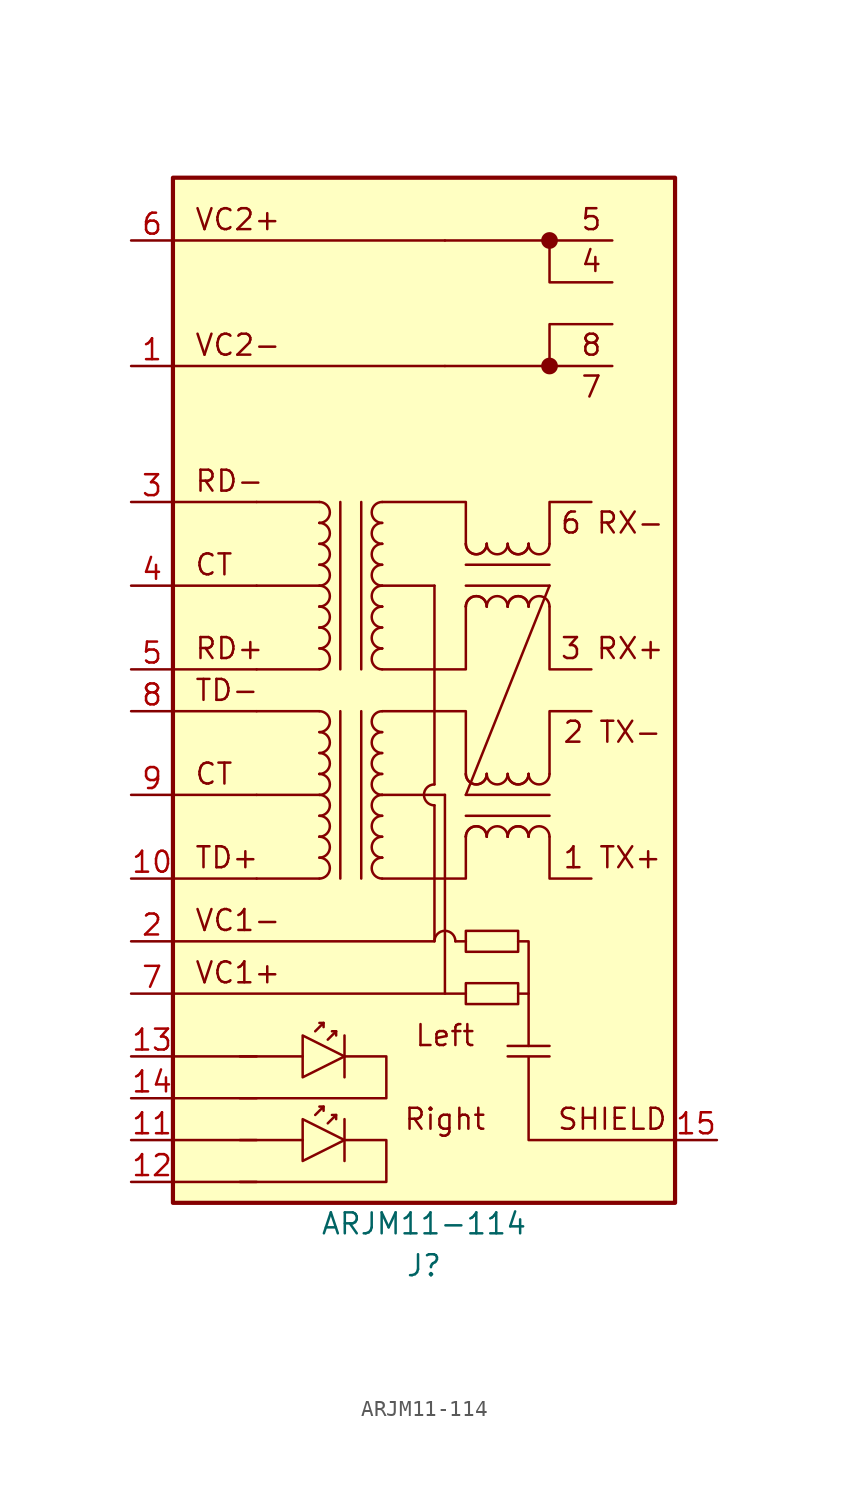
<source format=kicad_sym>
(kicad_symbol_lib
  (version 20220914)
  (generator kicad_symbol_editor)
  (symbol "ARJM11-114"
    (pin_names
      (offset 1.016) hide)
    (property "Reference" "J"
      (at 0 -37.465 0)
      (effects (font (size 1.27 1.27))))
    (property "Value" "ARJM11-114"
      (at 0 -34.925 0)
      (effects (font (size 1.27 1.27))))
    (symbol "ARJM11-114_0_0"
      (rectangle (start -15.24 28.575) (end 15.24 -33.655) (stroke (width 0.254) (type default)) (fill (type background)))
      (polyline (pts (xy -15.24 -32.385) (xy -10.16 -32.385)) (stroke (width 0) (type default)) (fill (type none)))
      (polyline (pts (xy -15.24 -29.845) (xy -10.16 -29.845)) (stroke (width 0) (type default)) (fill (type none)))
      (polyline (pts (xy -15.24 -27.305) (xy -10.16 -27.305)) (stroke (width 0) (type default)) (fill (type none)))
      (polyline (pts (xy -15.24 -24.765) (xy -10.16 -24.765)) (stroke (width 0) (type default)) (fill (type none)))
      (polyline (pts (xy -15.24 -13.97) (xy -10.16 -13.97)) (stroke (width 0) (type default)) (fill (type none)))
      (polyline (pts (xy -15.24 -8.89) (xy -10.16 -8.89)) (stroke (width 0) (type default)) (fill (type none)))
      (polyline (pts (xy -15.24 -3.81) (xy -10.16 -3.81)) (stroke (width 0) (type default)) (fill (type none)))
      (polyline (pts (xy -15.24 -1.27) (xy -10.16 -1.27)) (stroke (width 0) (type default)) (fill (type none)))
      (polyline (pts (xy -15.24 3.81) (xy -10.16 3.81)) (stroke (width 0) (type default)) (fill (type none)))
      (polyline (pts (xy -15.24 8.89) (xy -10.16 8.89)) (stroke (width 0) (type default)) (fill (type none)))
      (polyline (pts (xy -11.176 -24.765) (xy -7.366 -24.765)) (stroke (width 0) (type default)) (fill (type none)))
      (polyline (pts (xy 0.635 -8.255) (xy 0.635 3.81)) (stroke (width 0) (type default)) (fill (type none)))
      (polyline (pts (xy -2.54 3.81) (xy 0.635 3.81) (xy 0.635 3.81)) (stroke (width 0) (type default)) (fill (type none)))
      (polyline (pts (xy 7.62 17.145) (xy 7.62 19.685) (xy 11.43 19.685)) (stroke (width 0) (type default)) (fill (type none)))
      (polyline (pts (xy 7.62 24.765) (xy 7.62 22.225) (xy 11.43 22.225)) (stroke (width 0) (type default)) (fill (type none)))
      (polyline (pts (xy -15.24 -20.955) (xy 0.635 -20.955) (xy 1.27 -20.955) (xy 1.27 -8.89)) (stroke (width 0) (type default)) (fill (type none)))
      (polyline (pts (xy -15.24 -17.78) (xy 0 -17.78) (xy 0.635 -17.78) (xy 0.635 -9.525)) (stroke (width 0) (type default)) (fill (type none)))
      (polyline (pts (xy -4.826 -24.765) (xy -2.286 -24.765) (xy -2.286 -27.305) (xy -11.176 -27.305)) (stroke (width 0) (type default)) (fill (type none)))
      (polyline (pts (xy -2.54 -8.89) (xy -1.27 -8.89) (xy 1.27 -8.89) (xy 1.27 -8.89)) (stroke (width 0) (type default)) (fill (type none)))
      (text "1 TX+" (at 11.43 -12.7 0) (effects (font (size 1.27 1.27))))
      (text "2 TX-" (at 11.43 -5.08 0) (effects (font (size 1.27 1.27))))
      (text "3 RX+" (at 11.43 0 0) (effects (font (size 1.27 1.27))))
      (text "4" (at 10.16 23.495 0) (effects (font (size 1.27 1.27))))
      (text "5" (at 10.16 26.035 0) (effects (font (size 1.27 1.27))))
      (text "6 RX-" (at 11.43 7.62 0) (effects (font (size 1.27 1.27))))
      (text "7" (at 10.16 15.875 0) (effects (font (size 1.27 1.27))))
      (text "8" (at 10.16 18.415 0) (effects (font (size 1.27 1.27))))
      (text "CT" (at -13.97 5.08 0) (effects (font (size 1.27 1.27)) (justify left)))
      (text "Left" (at 1.27 -23.495 0) (effects (font (size 1.27 1.27))))
      (text "RD-" (at -13.97 10.16 0) (effects (font (size 1.27 1.27)) (justify left)))
      (text "SHIELD" (at 11.43 -28.575 0) (effects (font (size 1.27 1.27))))
      (text "VC1+" (at -13.97 -19.685 0) (effects (font (size 1.27 1.27)) (justify left)))
      (text "VC1-" (at -13.97 -16.51 0) (effects (font (size 1.27 1.27)) (justify left)))
      (text "VC2+" (at -13.97 26.035 0) (effects (font (size 1.27 1.27)) (justify left)))
      (text "VC2-" (at -13.97 18.415 0) (effects (font (size 1.27 1.27)) (justify left))))
    (symbol "ARJM11-114_0_1"
      (arc (start -6.35 -10.16) (mid -5.7177 -9.525) (end -6.35 -8.89) (stroke (width 0) (type default)) (fill (type none)))
      (arc (start -6.35 -8.89) (mid -5.7177 -8.255) (end -6.35 -7.62) (stroke (width 0) (type default)) (fill (type none)))
      (arc (start -6.35 -7.62) (mid -6.35 -7.62) (end -6.35 -7.62) (stroke (width 0) (type default)) (fill (type none)))
      (arc (start -6.35 -5.08) (mid -5.7177 -4.445) (end -6.35 -3.81) (stroke (width 0) (type default)) (fill (type none)))
      (polyline (pts (xy -15.24 17.145) (xy 1.27 17.145)) (stroke (width 0) (type default)) (fill (type none)))
      (polyline (pts (xy -15.24 24.765) (xy 1.27 24.765)) (stroke (width 0) (type default)) (fill (type none)))
      (polyline (pts (xy -6.35 -13.97) (xy -10.16 -13.97)) (stroke (width 0) (type default)) (fill (type none)))
      (polyline (pts (xy -6.35 -8.89) (xy -10.16 -8.89)) (stroke (width 0) (type default)) (fill (type none)))
      (polyline (pts (xy -6.35 -3.81) (xy -10.16 -3.81)) (stroke (width 0) (type default)) (fill (type none)))
      (polyline (pts (xy -6.35 -1.27) (xy -10.16 -1.27)) (stroke (width 0) (type default)) (fill (type none)))
      (polyline (pts (xy -6.35 3.81) (xy -10.16 3.81)) (stroke (width 0) (type default)) (fill (type none)))
      (polyline (pts (xy -6.35 8.89) (xy -10.16 8.89)) (stroke (width 0) (type default)) (fill (type none)))
      (polyline (pts (xy -6.096 -27.813) (xy -6.35 -27.813)) (stroke (width 0) (type default)) (fill (type none)))
      (polyline (pts (xy -5.334 -28.321) (xy -5.588 -28.321)) (stroke (width 0) (type default)) (fill (type none)))
      (polyline (pts (xy -4.826 -23.495) (xy -4.826 -26.035)) (stroke (width 0) (type default)) (fill (type none)))
      (polyline (pts (xy -6.604 -28.321) (xy -6.096 -27.813) (xy -6.096 -28.067)) (stroke (width 0) (type default)) (fill (type none)))
      (polyline (pts (xy -5.842 -28.829) (xy -5.334 -28.321) (xy -5.334 -28.575)) (stroke (width 0) (type default)) (fill (type none)))
      (polyline (pts (xy -7.366 -23.495) (xy -7.366 -26.035) (xy -4.826 -24.765) (xy -7.366 -23.495)) (stroke (width 0) (type default)) (fill (type none))))
    (symbol "ARJM11-114_1_1"
      (arc (start -6.35 -13.97) (mid -5.7177 -13.335) (end -6.35 -12.7) (stroke (width 0) (type default)) (fill (type none)))
      (arc (start -6.35 -12.7) (mid -5.7177 -12.065) (end -6.35 -11.43) (stroke (width 0) (type default)) (fill (type none)))
      (arc (start -6.35 -11.43) (mid -6.35 -11.43) (end -6.35 -11.43) (stroke (width 0) (type default)) (fill (type none)))
      (arc (start -6.35 -11.43) (mid -5.7177 -10.795) (end -6.35 -10.16) (stroke (width 0) (type default)) (fill (type none)))
      (arc (start -6.35 -7.62) (mid -5.7177 -6.985) (end -6.35 -6.35) (stroke (width 0) (type default)) (fill (type none)))
      (arc (start -6.35 -6.35) (mid -5.7177 -5.715) (end -6.35 -5.08) (stroke (width 0) (type default)) (fill (type none)))
      (arc (start -6.35 -1.27) (mid -5.7177 -0.635) (end -6.35 0) (stroke (width 0) (type default)) (fill (type none)))
      (arc (start -6.35 0) (mid -5.7177 0.635) (end -6.35 1.27) (stroke (width 0) (type default)) (fill (type none)))
      (arc (start -6.35 1.27) (mid -6.35 1.27) (end -6.35 1.27) (stroke (width 0) (type default)) (fill (type none)))
      (arc (start -6.35 1.27) (mid -5.7177 1.905) (end -6.35 2.54) (stroke (width 0) (type default)) (fill (type none)))
      (arc (start -6.35 2.54) (mid -6.35 2.54) (end -6.35 2.54) (stroke (width 0) (type default)) (fill (type none)))
      (arc (start -6.35 2.54) (mid -5.7177 3.175) (end -6.35 3.81) (stroke (width 0) (type default)) (fill (type none)))
      (arc (start -6.35 3.81) (mid -5.7177 4.445) (end -6.35 5.08) (stroke (width 0) (type default)) (fill (type none)))
      (arc (start -6.35 5.08) (mid -5.7177 5.715) (end -6.35 6.35) (stroke (width 0) (type default)) (fill (type none)))
      (arc (start -6.35 6.35) (mid -5.7177 6.985) (end -6.35 7.62) (stroke (width 0) (type default)) (fill (type none)))
      (arc (start -6.35 7.62) (mid -6.35 7.62) (end -6.35 7.62) (stroke (width 0) (type default)) (fill (type none)))
      (arc (start -6.35 7.62) (mid -5.7177 8.255) (end -6.35 8.89) (stroke (width 0) (type default)) (fill (type none)))
      (arc (start -2.54 -12.7) (mid -3.1723 -13.335) (end -2.54 -13.97) (stroke (width 0) (type default)) (fill (type none)))
      (arc (start -2.54 -12.7) (mid -2.54 -12.7) (end -2.54 -12.7) (stroke (width 0) (type default)) (fill (type none)))
      (arc (start -2.54 -11.43) (mid -3.1723 -12.065) (end -2.54 -12.7) (stroke (width 0) (type default)) (fill (type none)))
      (arc (start -2.54 -10.16) (mid -3.1723 -10.795) (end -2.54 -11.43) (stroke (width 0) (type default)) (fill (type none)))
      (arc (start -2.54 -8.89) (mid -3.1723 -9.525) (end -2.54 -10.16) (stroke (width 0) (type default)) (fill (type none)))
      (arc (start -2.54 -8.89) (mid -2.54 -8.89) (end -2.54 -8.89) (stroke (width 0) (type default)) (fill (type none)))
      (arc (start -2.54 -7.62) (mid -3.1723 -8.255) (end -2.54 -8.89) (stroke (width 0) (type default)) (fill (type none)))
      (arc (start -2.54 -6.35) (mid -3.1723 -6.985) (end -2.54 -7.62) (stroke (width 0) (type default)) (fill (type none)))
      (arc (start -2.54 -5.08) (mid -3.1723 -5.715) (end -2.54 -6.35) (stroke (width 0) (type default)) (fill (type none)))
      (arc (start -2.54 -3.81) (mid -3.1723 -4.445) (end -2.54 -5.08) (stroke (width 0) (type default)) (fill (type none)))
      (arc (start -2.54 0) (mid -3.1723 -0.635) (end -2.54 -1.27) (stroke (width 0) (type default)) (fill (type none)))
      (arc (start -2.54 0) (mid -2.54 0) (end -2.54 0) (stroke (width 0) (type default)) (fill (type none)))
      (arc (start -2.54 1.27) (mid -3.1723 0.635) (end -2.54 0) (stroke (width 0) (type default)) (fill (type none)))
      (arc (start -2.54 2.54) (mid -3.1723 1.905) (end -2.54 1.27) (stroke (width 0) (type default)) (fill (type none)))
      (arc (start -2.54 2.54) (mid -2.54 2.54) (end -2.54 2.54) (stroke (width 0) (type default)) (fill (type none)))
      (arc (start -2.54 3.81) (mid -3.1723 3.175) (end -2.54 2.54) (stroke (width 0) (type default)) (fill (type none)))
      (arc (start -2.54 5.08) (mid -3.1723 4.445) (end -2.54 3.81) (stroke (width 0) (type default)) (fill (type none)))
      (arc (start -2.54 6.35) (mid -3.1723 5.715) (end -2.54 5.08) (stroke (width 0) (type default)) (fill (type none)))
      (arc (start -2.54 6.35) (mid -2.54 6.35) (end -2.54 6.35) (stroke (width 0) (type default)) (fill (type none)))
      (arc (start -2.54 7.62) (mid -3.1723 6.985) (end -2.54 6.35) (stroke (width 0) (type default)) (fill (type none)))
      (arc (start -2.54 8.89) (mid -3.1723 8.255) (end -2.54 7.62) (stroke (width 0) (type default)) (fill (type none)))
      (polyline (pts (xy -11.176 -29.845) (xy -7.366 -29.845)) (stroke (width 0) (type default)) (fill (type none)))
      (polyline (pts (xy -6.096 -22.733) (xy -6.35 -22.733)) (stroke (width 0) (type default)) (fill (type none)))
      (polyline (pts (xy -5.334 -23.241) (xy -5.588 -23.241)) (stroke (width 0) (type default)) (fill (type none)))
      (polyline (pts (xy -5.08 -3.81) (xy -5.08 -13.97)) (stroke (width 0) (type default)) (fill (type none)))
      (polyline (pts (xy -5.08 8.89) (xy -5.08 -1.27)) (stroke (width 0) (type default)) (fill (type none)))
      (polyline (pts (xy -4.826 -28.575) (xy -4.826 -31.115)) (stroke (width 0) (type default)) (fill (type none)))
      (polyline (pts (xy -3.81 -13.97) (xy -3.81 -3.81)) (stroke (width 0) (type default)) (fill (type none)))
      (polyline (pts (xy -3.81 -1.27) (xy -3.81 8.89)) (stroke (width 0) (type default)) (fill (type none)))
      (polyline (pts (xy 1.27 -20.955) (xy 2.54 -20.955)) (stroke (width 0) (type default)) (fill (type none)))
      (polyline (pts (xy 1.905 -17.78) (xy 2.54 -17.78)) (stroke (width 0) (type default)) (fill (type none)))
      (polyline (pts (xy 2.54 -10.16) (xy 7.62 -10.16)) (stroke (width 0) (type default)) (fill (type none)))
      (polyline (pts (xy 2.54 -8.89) (xy 7.62 3.81)) (stroke (width 0) (type default)) (fill (type none)))
      (polyline (pts (xy 2.54 3.81) (xy 7.62 3.81)) (stroke (width 0) (type default)) (fill (type none)))
      (polyline (pts (xy 5.08 -24.13) (xy 7.62 -24.13)) (stroke (width 0) (type default)) (fill (type none)))
      (polyline (pts (xy 7.62 -8.89) (xy 2.54 -8.89)) (stroke (width 0) (type default)) (fill (type none)))
      (polyline (pts (xy 7.62 5.08) (xy 2.54 5.08)) (stroke (width 0) (type default)) (fill (type none)))
      (polyline (pts (xy 11.43 17.145) (xy 1.27 17.145)) (stroke (width 0) (type default)) (fill (type none)))
      (polyline (pts (xy 11.43 24.765) (xy 1.27 24.765)) (stroke (width 0) (type default)) (fill (type none)))
      (polyline (pts (xy -6.604 -23.241) (xy -6.096 -22.733) (xy -6.096 -22.987)) (stroke (width 0) (type default)) (fill (type none)))
      (polyline (pts (xy -5.842 -23.749) (xy -5.334 -23.241) (xy -5.334 -23.495)) (stroke (width 0) (type default)) (fill (type none)))
      (polyline (pts (xy -2.54 -3.81) (xy 2.54 -3.81) (xy 2.54 -7.62)) (stroke (width 0) (type default)) (fill (type none)))
      (polyline (pts (xy -2.54 -1.27) (xy 2.54 -1.27) (xy 2.54 2.54)) (stroke (width 0) (type default)) (fill (type none)))
      (polyline (pts (xy -2.54 8.89) (xy 2.54 8.89) (xy 2.54 6.35)) (stroke (width 0) (type default)) (fill (type none)))
      (polyline (pts (xy 2.54 -11.43) (xy 2.54 -13.97) (xy -2.54 -13.97)) (stroke (width 0) (type default)) (fill (type none)))
      (polyline (pts (xy 5.715 -20.955) (xy 6.35 -20.955) (xy 6.35 -24.13)) (stroke (width 0) (type default)) (fill (type none)))
      (polyline (pts (xy 6.35 -20.955) (xy 6.35 -17.78) (xy 5.715 -17.78)) (stroke (width 0) (type default)) (fill (type none)))
      (polyline (pts (xy 7.62 -11.43) (xy 7.62 -13.97) (xy 10.16 -13.97)) (stroke (width 0) (type default)) (fill (type none)))
      (polyline (pts (xy 7.62 -7.62) (xy 7.62 -3.81) (xy 10.16 -3.81)) (stroke (width 0) (type default)) (fill (type none)))
      (polyline (pts (xy 7.62 2.54) (xy 7.62 -1.27) (xy 10.16 -1.27)) (stroke (width 0) (type default)) (fill (type none)))
      (polyline (pts (xy 7.62 6.35) (xy 7.62 8.89) (xy 10.16 8.89)) (stroke (width 0) (type default)) (fill (type none)))
      (polyline (pts (xy -7.366 -28.575) (xy -7.366 -31.115) (xy -4.826 -29.845) (xy -7.366 -28.575)) (stroke (width 0) (type default)) (fill (type none)))
      (polyline (pts (xy -4.826 -29.845) (xy -2.286 -29.845) (xy -2.286 -32.385) (xy -11.176 -32.385)) (stroke (width 0) (type default)) (fill (type none)))
      (polyline (pts (xy 15.24 -29.845) (xy 6.35 -29.845) (xy 6.35 -24.765) (xy 5.08 -24.765) (xy 7.62 -24.765)) (stroke (width 0) (type default)) (fill (type none)))
      (arc (start 0.6323 -8.255) (mid 0 -8.89) (end 0.6323 -9.525) (stroke (width 0) (type default)) (fill (type none)))
      (arc (start 1.905 -17.7773) (mid 1.27 -17.145) (end 0.635 -17.7773) (stroke (width 0) (type default)) (fill (type none)))
      (rectangle (start 2.54 -20.32) (end 5.715 -21.59) (stroke (width 0) (type default)) (fill (type none)))
      (rectangle (start 2.54 -17.145) (end 5.715 -18.415) (stroke (width 0) (type default)) (fill (type none)))
      (arc (start 2.54 -11.43) (mid 2.54 -11.43) (end 2.54 -11.43) (stroke (width 0) (type default)) (fill (type none)))
      (arc (start 2.54 -7.62) (mid 3.175 -8.2523) (end 3.81 -7.62) (stroke (width 0) (type default)) (fill (type none)))
      (arc (start 2.54 -7.62) (mid 3.175 -8.2523) (end 3.81 -7.62) (stroke (width 0) (type default)) (fill (type none)))
      (arc (start 2.54 2.54) (mid 2.54 2.54) (end 2.54 2.54) (stroke (width 0) (type default)) (fill (type none)))
      (arc (start 2.54 6.35) (mid 3.175 5.7177) (end 3.81 6.35) (stroke (width 0) (type default)) (fill (type none)))
      (arc (start 2.54 6.35) (mid 3.175 5.7177) (end 3.81 6.35) (stroke (width 0) (type default)) (fill (type none)))
      (arc (start 3.81 -11.43) (mid 3.175 -10.7977) (end 2.54 -11.43) (stroke (width 0) (type default)) (fill (type none)))
      (arc (start 3.81 -11.43) (mid 3.175 -10.7977) (end 2.54 -11.43) (stroke (width 0) (type default)) (fill (type none)))
      (arc (start 3.81 -7.62) (mid 3.81 -7.62) (end 3.81 -7.62) (stroke (width 0) (type default)) (fill (type none)))
      (arc (start 3.81 -7.62) (mid 4.445 -8.2523) (end 5.08 -7.62) (stroke (width 0) (type default)) (fill (type none)))
      (arc (start 3.81 2.54) (mid 3.175 3.1723) (end 2.54 2.54) (stroke (width 0) (type default)) (fill (type none)))
      (arc (start 3.81 2.54) (mid 3.175 3.1723) (end 2.54 2.54) (stroke (width 0) (type default)) (fill (type none)))
      (arc (start 3.81 6.35) (mid 3.81 6.35) (end 3.81 6.35) (stroke (width 0) (type default)) (fill (type none)))
      (arc (start 3.81 6.35) (mid 4.445 5.7177) (end 5.08 6.35) (stroke (width 0) (type default)) (fill (type none)))
      (arc (start 5.08 -11.43) (mid 4.445 -10.7977) (end 3.81 -11.43) (stroke (width 0) (type default)) (fill (type none)))
      (arc (start 5.08 -11.43) (mid 5.08 -11.43) (end 5.08 -11.43) (stroke (width 0) (type default)) (fill (type none)))
      (arc (start 5.08 -7.62) (mid 5.715 -8.2523) (end 6.35 -7.62) (stroke (width 0) (type default)) (fill (type none)))
      (arc (start 5.08 -7.62) (mid 5.715 -8.2523) (end 6.35 -7.62) (stroke (width 0) (type default)) (fill (type none)))
      (arc (start 5.08 2.54) (mid 4.445 3.1723) (end 3.81 2.54) (stroke (width 0) (type default)) (fill (type none)))
      (arc (start 5.08 2.54) (mid 5.08 2.54) (end 5.08 2.54) (stroke (width 0) (type default)) (fill (type none)))
      (arc (start 5.08 6.35) (mid 5.715 5.7177) (end 6.35 6.35) (stroke (width 0) (type default)) (fill (type none)))
      (arc (start 5.08 6.35) (mid 5.715 5.7177) (end 6.35 6.35) (stroke (width 0) (type default)) (fill (type none)))
      (arc (start 6.35 -11.43) (mid 5.715 -10.7977) (end 5.08 -11.43) (stroke (width 0) (type default)) (fill (type none)))
      (arc (start 6.35 -11.43) (mid 5.715 -10.7977) (end 5.08 -11.43) (stroke (width 0) (type default)) (fill (type none)))
      (arc (start 6.35 -7.62) (mid 6.35 -7.62) (end 6.35 -7.62) (stroke (width 0) (type default)) (fill (type none)))
      (arc (start 6.35 -7.62) (mid 6.985 -8.2523) (end 7.62 -7.62) (stroke (width 0) (type default)) (fill (type none)))
      (arc (start 6.35 2.54) (mid 5.715 3.1723) (end 5.08 2.54) (stroke (width 0) (type default)) (fill (type none)))
      (arc (start 6.35 2.54) (mid 5.715 3.1723) (end 5.08 2.54) (stroke (width 0) (type default)) (fill (type none)))
      (arc (start 6.35 6.35) (mid 6.35 6.35) (end 6.35 6.35) (stroke (width 0) (type default)) (fill (type none)))
      (arc (start 6.35 6.35) (mid 6.985 5.7177) (end 7.62 6.35) (stroke (width 0) (type default)) (fill (type none)))
      (arc (start 7.62 -11.43) (mid 6.985 -10.7977) (end 6.35 -11.43) (stroke (width 0) (type default)) (fill (type none)))
      (arc (start 7.62 2.54) (mid 6.985 3.1723) (end 6.35 2.54) (stroke (width 0) (type default)) (fill (type none)))
      (circle (center 7.62 17.145) (radius 0.0001) (stroke (width 0.508) (type default)) (fill (type none)))
      (circle (center 7.62 24.765) (radius 0.0001) (stroke (width 0.508) (type default)) (fill (type none)))
      (text "CT" (at -13.97 -7.62 0) (effects (font (size 1.27 1.27)) (justify left)))
      (text "RD+" (at -13.97 0 0) (effects (font (size 1.27 1.27)) (justify left)))
      (text "Right" (at 1.27 -28.575 0) (effects (font (size 1.27 1.27))))
      (text "TD+" (at -13.97 -12.7 0) (effects (font (size 1.27 1.27)) (justify left)))
      (text "TD-" (at -13.97 -2.54 0) (effects (font (size 1.27 1.27)) (justify left)))
      (pin passive line (at -17.78 17.145 0) (length 2.54) (name "VC2-" (effects (font (size 1.27 1.27)))) (number "1" (effects (font (size 1.27 1.27)))))
      (pin passive line (at -17.78 -13.97 0) (length 2.54) (name "TD+" (effects (font (size 1.27 1.27)))) (number "10" (effects (font (size 1.27 1.27)))))
      (pin passive line (at -17.78 -29.845 0) (length 2.54) (name "RLED+" (effects (font (size 1.27 1.27)))) (number "11" (effects (font (size 1.27 1.27)))))
      (pin passive line (at -17.78 -32.385 0) (length 2.54) (name "RLED-" (effects (font (size 1.27 1.27)))) (number "12" (effects (font (size 1.27 1.27)))))
      (pin passive line (at -17.78 -24.765 0) (length 2.54) (name "LLED+" (effects (font (size 1.27 1.27)))) (number "13" (effects (font (size 1.27 1.27)))))
      (pin passive line (at -17.78 -27.305 0) (length 2.54) (name "LLED-" (effects (font (size 1.27 1.27)))) (number "14" (effects (font (size 1.27 1.27)))))
      (pin passive line (at 17.78 -29.845 180) (length 2.54) (name "SHIELD" (effects (font (size 1.27 1.27)))) (number "15" (effects (font (size 1.27 1.27)))))
      (pin passive line (at -17.78 -17.78 0) (length 2.54) (name "VC1-" (effects (font (size 1.27 1.27)))) (number "2" (effects (font (size 1.27 1.27)))))
      (pin passive line (at -17.78 8.89 0) (length 2.54) (name "RD-" (effects (font (size 1.27 1.27)))) (number "3" (effects (font (size 1.27 1.27)))))
      (pin passive line (at -17.78 3.81 0) (length 2.54) (name "RCT" (effects (font (size 1.27 1.27)))) (number "4" (effects (font (size 1.27 1.27)))))
      (pin passive line (at -17.78 -1.27 0) (length 2.54) (name "RD+" (effects (font (size 1.27 1.27)))) (number "5" (effects (font (size 1.27 1.27)))))
      (pin passive line (at -17.78 24.765 0) (length 2.54) (name "VC2+" (effects (font (size 1.27 1.27)))) (number "6" (effects (font (size 1.27 1.27)))))
      (pin passive line (at -17.78 -20.955 0) (length 2.54) (name "VC1+" (effects (font (size 1.27 1.27)))) (number "7" (effects (font (size 1.27 1.27)))))
      (pin passive line (at -17.78 -3.81 0) (length 2.54) (name "TD-" (effects (font (size 1.27 1.27)))) (number "8" (effects (font (size 1.27 1.27)))))
      (pin passive line (at -17.78 -8.89 0) (length 2.54) (name "TCT" (effects (font (size 1.27 1.27)))) (number "9" (effects (font (size 1.27 1.27))))))))
</source>
